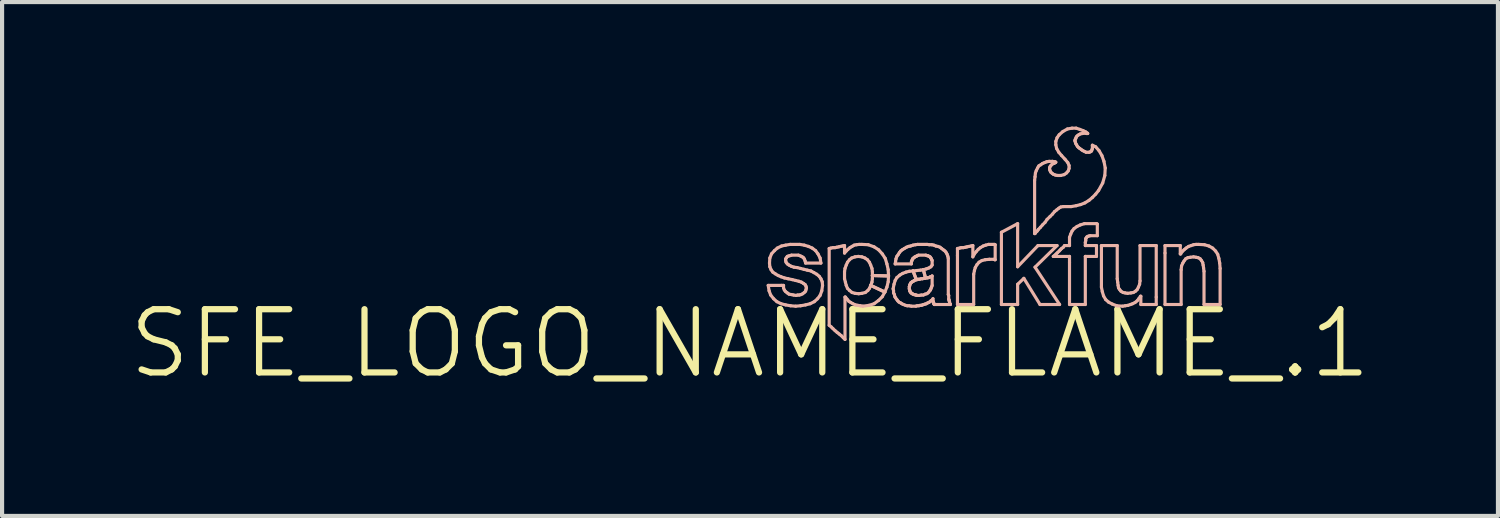
<source format=kicad_pcb>
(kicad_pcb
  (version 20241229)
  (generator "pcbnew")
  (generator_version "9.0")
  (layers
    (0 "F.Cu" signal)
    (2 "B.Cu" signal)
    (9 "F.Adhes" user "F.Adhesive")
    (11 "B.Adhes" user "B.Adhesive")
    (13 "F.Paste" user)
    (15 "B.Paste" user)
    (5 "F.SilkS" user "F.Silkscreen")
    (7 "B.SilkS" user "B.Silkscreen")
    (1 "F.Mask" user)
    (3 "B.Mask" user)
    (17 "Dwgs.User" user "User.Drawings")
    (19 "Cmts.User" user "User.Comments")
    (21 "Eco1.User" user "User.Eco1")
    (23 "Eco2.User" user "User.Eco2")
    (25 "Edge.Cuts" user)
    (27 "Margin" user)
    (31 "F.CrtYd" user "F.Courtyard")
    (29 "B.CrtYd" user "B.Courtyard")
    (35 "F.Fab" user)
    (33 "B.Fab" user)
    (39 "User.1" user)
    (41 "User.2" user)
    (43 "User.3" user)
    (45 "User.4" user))
  (footprint "SFE_LOGO_NAME_FLAME_.1"
    (layer "F.Cu")
    (at 15.022 5.227)
    (property "Reference" "SFE_LOGO_NAME_FLAME_.1" (at 0 0 0) (layer "F.SilkS") (effects (font (size 1.524 1.524) (thickness 0.15))))
    (attr exclude_from_pos_files exclude_from_bom)
    (fp_line (start 0.439 -1.4) (end 0.759 -1.4) (stroke (width 0.076) (type solid)) (layer "B.SilkS"))
    (fp_line (start 0.46 -1.27) (end 0.439 -1.4) (stroke (width 0.076) (type solid)) (layer "B.SilkS"))
    (fp_line (start 0.47 -1.938) (end 0.478 -2.06) (stroke (width 0.076) (type solid)) (layer "B.SilkS"))
    (fp_line (start 0.478 -2.06) (end 0.518 -2.159) (stroke (width 0.076) (type solid)) (layer "B.SilkS"))
    (fp_line (start 0.478 -1.849) (end 0.47 -1.938) (stroke (width 0.076) (type solid)) (layer "B.SilkS"))
    (fp_line (start 0.498 -1.168) (end 0.46 -1.27) (stroke (width 0.076) (type solid)) (layer "B.SilkS"))
    (fp_line (start 0.508 -1.778) (end 0.478 -1.849) (stroke (width 0.076) (type solid)) (layer "B.SilkS"))
    (fp_line (start 0.518 -2.159) (end 0.589 -2.238) (stroke (width 0.076) (type solid)) (layer "B.SilkS"))
    (fp_line (start 0.549 -1.72) (end 0.508 -1.778) (stroke (width 0.076) (type solid)) (layer "B.SilkS"))
    (fp_line (start 0.569 -1.079) (end 0.498 -1.168) (stroke (width 0.076) (type solid)) (layer "B.SilkS"))
    (fp_line (start 0.589 -2.238) (end 0.658 -2.299) (stroke (width 0.076) (type solid)) (layer "B.SilkS"))
    (fp_line (start 0.61 -1.679) (end 0.549 -1.72) (stroke (width 0.076) (type solid)) (layer "B.SilkS"))
    (fp_line (start 0.648 -1.008) (end 0.569 -1.079) (stroke (width 0.076) (type solid)) (layer "B.SilkS"))
    (fp_line (start 0.658 -2.299) (end 0.759 -2.349) (stroke (width 0.076) (type solid)) (layer "B.SilkS"))
    (fp_line (start 0.678 -1.638) (end 0.61 -1.679) (stroke (width 0.076) (type solid)) (layer "B.SilkS"))
    (fp_line (start 0.749 -1.608) (end 0.678 -1.638) (stroke (width 0.076) (type solid)) (layer "B.SilkS"))
    (fp_line (start 0.749 -0.958) (end 0.648 -1.008) (stroke (width 0.076) (type solid)) (layer "B.SilkS"))
    (fp_line (start 0.759 -2.349) (end 0.859 -2.37) (stroke (width 0.076) (type solid)) (layer "B.SilkS"))
    (fp_line (start 0.759 -1.4) (end 0.808 -1.4) (stroke (width 0.076) (type solid)) (layer "B.SilkS"))
    (fp_line (start 0.808 -1.4) (end 0.808 -1.339) (stroke (width 0.076) (type solid)) (layer "B.SilkS"))
    (fp_line (start 0.808 -1.339) (end 0.828 -1.288) (stroke (width 0.076) (type solid)) (layer "B.SilkS"))
    (fp_line (start 0.828 -1.58) (end 0.749 -1.608) (stroke (width 0.076) (type solid)) (layer "B.SilkS"))
    (fp_line (start 0.828 -1.288) (end 0.859 -1.25) (stroke (width 0.076) (type solid)) (layer "B.SilkS"))
    (fp_line (start 0.859 -2.37) (end 0.968 -2.388) (stroke (width 0.076) (type solid)) (layer "B.SilkS"))
    (fp_line (start 0.859 -2.04) (end 0.859 -1.999) (stroke (width 0.076) (type solid)) (layer "B.SilkS"))
    (fp_line (start 0.859 -1.999) (end 0.869 -1.958) (stroke (width 0.076) (type solid)) (layer "B.SilkS"))
    (fp_line (start 0.859 -1.25) (end 0.899 -1.219) (stroke (width 0.076) (type solid)) (layer "B.SilkS"))
    (fp_line (start 0.859 -0.93) (end 0.749 -0.958) (stroke (width 0.076) (type solid)) (layer "B.SilkS"))
    (fp_line (start 0.869 -1.958) (end 0.899 -1.918) (stroke (width 0.076) (type solid)) (layer "B.SilkS"))
    (fp_line (start 0.879 -2.068) (end 0.859 -2.04) (stroke (width 0.076) (type solid)) (layer "B.SilkS"))
    (fp_line (start 0.899 -2.098) (end 0.879 -2.068) (stroke (width 0.076) (type solid)) (layer "B.SilkS"))
    (fp_line (start 0.899 -1.918) (end 0.94 -1.89) (stroke (width 0.076) (type solid)) (layer "B.SilkS"))
    (fp_line (start 0.899 -1.219) (end 0.94 -1.189) (stroke (width 0.076) (type solid)) (layer "B.SilkS"))
    (fp_line (start 0.919 -1.56) (end 0.828 -1.58) (stroke (width 0.076) (type solid)) (layer "B.SilkS"))
    (fp_line (start 0.93 -2.108) (end 0.899 -2.098) (stroke (width 0.076) (type solid)) (layer "B.SilkS"))
    (fp_line (start 0.94 -1.89) (end 0.998 -1.859) (stroke (width 0.076) (type solid)) (layer "B.SilkS"))
    (fp_line (start 0.94 -1.189) (end 0.998 -1.179) (stroke (width 0.076) (type solid)) (layer "B.SilkS"))
    (fp_line (start 0.968 -2.388) (end 1.199 -2.388) (stroke (width 0.076) (type solid)) (layer "B.SilkS"))
    (fp_line (start 0.968 -2.118) (end 0.93 -2.108) (stroke (width 0.076) (type solid)) (layer "B.SilkS"))
    (fp_line (start 0.978 -0.909) (end 0.859 -0.93) (stroke (width 0.076) (type solid)) (layer "B.SilkS"))
    (fp_line (start 0.998 -2.129) (end 0.968 -2.118) (stroke (width 0.076) (type solid)) (layer "B.SilkS"))
    (fp_line (start 0.998 -1.859) (end 1.059 -1.839) (stroke (width 0.076) (type solid)) (layer "B.SilkS"))
    (fp_line (start 0.998 -1.179) (end 1.049 -1.168) (stroke (width 0.076) (type solid)) (layer "B.SilkS"))
    (fp_line (start 1.019 -1.539) (end 0.919 -1.56) (stroke (width 0.076) (type solid)) (layer "B.SilkS"))
    (fp_line (start 1.049 -1.168) (end 1.11 -1.158) (stroke (width 0.076) (type solid)) (layer "B.SilkS"))
    (fp_line (start 1.059 -1.839) (end 1.138 -1.829) (stroke (width 0.076) (type solid)) (layer "B.SilkS"))
    (fp_line (start 1.1 -1.519) (end 1.019 -1.539) (stroke (width 0.076) (type solid)) (layer "B.SilkS"))
    (fp_line (start 1.1 -0.899) (end 0.978 -0.909) (stroke (width 0.076) (type solid)) (layer "B.SilkS"))
    (fp_line (start 1.11 -1.158) (end 1.148 -1.168) (stroke (width 0.076) (type solid)) (layer "B.SilkS"))
    (fp_line (start 1.138 -1.829) (end 1.219 -1.808) (stroke (width 0.076) (type solid)) (layer "B.SilkS"))
    (fp_line (start 1.148 -1.168) (end 1.189 -1.168) (stroke (width 0.076) (type solid)) (layer "B.SilkS"))
    (fp_line (start 1.168 -2.129) (end 0.998 -2.129) (stroke (width 0.076) (type solid)) (layer "B.SilkS"))
    (fp_line (start 1.179 -1.499) (end 1.1 -1.519) (stroke (width 0.076) (type solid)) (layer "B.SilkS"))
    (fp_line (start 1.189 -1.168) (end 1.229 -1.179) (stroke (width 0.076) (type solid)) (layer "B.SilkS"))
    (fp_line (start 1.199 -2.388) (end 1.308 -2.37) (stroke (width 0.076) (type solid)) (layer "B.SilkS"))
    (fp_line (start 1.219 -2.108) (end 1.168 -2.129) (stroke (width 0.076) (type solid)) (layer "B.SilkS"))
    (fp_line (start 1.219 -1.808) (end 1.298 -1.788) (stroke (width 0.076) (type solid)) (layer "B.SilkS"))
    (fp_line (start 1.219 -0.909) (end 1.1 -0.899) (stroke (width 0.076) (type solid)) (layer "B.SilkS"))
    (fp_line (start 1.229 -1.179) (end 1.27 -1.199) (stroke (width 0.076) (type solid)) (layer "B.SilkS"))
    (fp_line (start 1.24 -1.478) (end 1.179 -1.499) (stroke (width 0.076) (type solid)) (layer "B.SilkS"))
    (fp_line (start 1.26 -2.088) (end 1.219 -2.108) (stroke (width 0.076) (type solid)) (layer "B.SilkS"))
    (fp_line (start 1.27 -1.199) (end 1.308 -1.229) (stroke (width 0.076) (type solid)) (layer "B.SilkS"))
    (fp_line (start 1.288 -2.068) (end 1.26 -2.088) (stroke (width 0.076) (type solid)) (layer "B.SilkS"))
    (fp_line (start 1.288 -1.448) (end 1.24 -1.478) (stroke (width 0.076) (type solid)) (layer "B.SilkS"))
    (fp_line (start 1.298 -1.788) (end 1.379 -1.768) (stroke (width 0.076) (type solid)) (layer "B.SilkS"))
    (fp_line (start 1.308 -2.37) (end 1.41 -2.339) (stroke (width 0.076) (type solid)) (layer "B.SilkS"))
    (fp_line (start 1.308 -2.04) (end 1.288 -2.068) (stroke (width 0.076) (type solid)) (layer "B.SilkS"))
    (fp_line (start 1.308 -1.229) (end 1.339 -1.26) (stroke (width 0.076) (type solid)) (layer "B.SilkS"))
    (fp_line (start 1.328 -1.989) (end 1.308 -2.04) (stroke (width 0.076) (type solid)) (layer "B.SilkS"))
    (fp_line (start 1.328 -1.42) (end 1.288 -1.448) (stroke (width 0.076) (type solid)) (layer "B.SilkS"))
    (fp_line (start 1.339 -1.938) (end 1.328 -1.989) (stroke (width 0.076) (type solid)) (layer "B.SilkS"))
    (fp_line (start 1.339 -1.26) (end 1.349 -1.298) (stroke (width 0.076) (type solid)) (layer "B.SilkS"))
    (fp_line (start 1.339 -0.93) (end 1.219 -0.909) (stroke (width 0.076) (type solid)) (layer "B.SilkS"))
    (fp_line (start 1.349 -1.379) (end 1.328 -1.42) (stroke (width 0.076) (type solid)) (layer "B.SilkS"))
    (fp_line (start 1.349 -1.298) (end 1.359 -1.339) (stroke (width 0.076) (type solid)) (layer "B.SilkS"))
    (fp_line (start 1.359 -1.339) (end 1.349 -1.379) (stroke (width 0.076) (type solid)) (layer "B.SilkS"))
    (fp_line (start 1.379 -1.768) (end 1.468 -1.748) (stroke (width 0.076) (type solid)) (layer "B.SilkS"))
    (fp_line (start 1.41 -2.339) (end 1.499 -2.299) (stroke (width 0.076) (type solid)) (layer "B.SilkS"))
    (fp_line (start 1.448 -0.958) (end 1.339 -0.93) (stroke (width 0.076) (type solid)) (layer "B.SilkS"))
    (fp_line (start 1.468 -1.748) (end 1.539 -1.709) (stroke (width 0.076) (type solid)) (layer "B.SilkS"))
    (fp_line (start 1.499 -2.299) (end 1.58 -2.238) (stroke (width 0.076) (type solid)) (layer "B.SilkS"))
    (fp_line (start 1.539 -1.709) (end 1.608 -1.669) (stroke (width 0.076) (type solid)) (layer "B.SilkS"))
    (fp_line (start 1.549 -1.008) (end 1.448 -0.958) (stroke (width 0.076) (type solid)) (layer "B.SilkS"))
    (fp_line (start 1.58 -2.238) (end 1.638 -2.159) (stroke (width 0.076) (type solid)) (layer "B.SilkS"))
    (fp_line (start 1.608 -1.669) (end 1.669 -1.618) (stroke (width 0.076) (type solid)) (layer "B.SilkS"))
    (fp_line (start 1.628 -1.079) (end 1.549 -1.008) (stroke (width 0.076) (type solid)) (layer "B.SilkS"))
    (fp_line (start 1.638 -2.159) (end 1.689 -2.06) (stroke (width 0.076) (type solid)) (layer "B.SilkS"))
    (fp_line (start 1.669 -1.618) (end 1.709 -1.56) (stroke (width 0.076) (type solid)) (layer "B.SilkS"))
    (fp_line (start 1.689 -2.06) (end 1.709 -1.938) (stroke (width 0.076) (type solid)) (layer "B.SilkS"))
    (fp_line (start 1.689 -1.158) (end 1.628 -1.079) (stroke (width 0.076) (type solid)) (layer "B.SilkS"))
    (fp_line (start 1.709 -1.938) (end 1.339 -1.938) (stroke (width 0.076) (type solid)) (layer "B.SilkS"))
    (fp_line (start 1.709 -1.56) (end 1.74 -1.488) (stroke (width 0.076) (type solid)) (layer "B.SilkS"))
    (fp_line (start 1.73 -1.27) (end 1.689 -1.158) (stroke (width 0.076) (type solid)) (layer "B.SilkS"))
    (fp_line (start 1.74 -1.488) (end 1.748 -1.4) (stroke (width 0.076) (type solid)) (layer "B.SilkS"))
    (fp_line (start 1.748 -1.4) (end 1.73 -1.27) (stroke (width 0.076) (type solid)) (layer "B.SilkS"))
    (fp_line (start 1.908 -2.289) (end 1.948 -2.299) (stroke (width 0.076) (type solid)) (layer "B.SilkS"))
    (fp_line (start 1.908 -0.439) (end 1.908 -2.289) (stroke (width 0.076) (type solid)) (layer "B.SilkS"))
    (fp_line (start 1.948 -2.299) (end 1.999 -2.309) (stroke (width 0.076) (type solid)) (layer "B.SilkS"))
    (fp_line (start 1.958 -0.399) (end 1.908 -0.439) (stroke (width 0.076) (type solid)) (layer "B.SilkS"))
    (fp_line (start 1.999 -2.309) (end 2.05 -2.309) (stroke (width 0.076) (type solid)) (layer "B.SilkS"))
    (fp_line (start 1.999 -0.358) (end 1.958 -0.399) (stroke (width 0.076) (type solid)) (layer "B.SilkS"))
    (fp_line (start 2.05 -2.309) (end 2.088 -2.319) (stroke (width 0.076) (type solid)) (layer "B.SilkS"))
    (fp_line (start 2.05 -0.31) (end 1.999 -0.358) (stroke (width 0.076) (type solid)) (layer "B.SilkS"))
    (fp_line (start 2.088 -2.319) (end 2.139 -2.329) (stroke (width 0.076) (type solid)) (layer "B.SilkS"))
    (fp_line (start 2.098 -0.269) (end 2.05 -0.31) (stroke (width 0.076) (type solid)) (layer "B.SilkS"))
    (fp_line (start 2.139 -2.329) (end 2.179 -2.339) (stroke (width 0.076) (type solid)) (layer "B.SilkS"))
    (fp_line (start 2.149 -0.229) (end 2.098 -0.269) (stroke (width 0.076) (type solid)) (layer "B.SilkS"))
    (fp_line (start 2.179 -2.339) (end 2.228 -2.349) (stroke (width 0.076) (type solid)) (layer "B.SilkS"))
    (fp_line (start 2.2 -0.188) (end 2.149 -0.229) (stroke (width 0.076) (type solid)) (layer "B.SilkS"))
    (fp_line (start 2.228 -2.349) (end 2.278 -2.36) (stroke (width 0.076) (type solid)) (layer "B.SilkS"))
    (fp_line (start 2.248 -0.14) (end 2.2 -0.188) (stroke (width 0.076) (type solid)) (layer "B.SilkS"))
    (fp_line (start 2.278 -2.36) (end 2.278 -2.179) (stroke (width 0.076) (type solid)) (layer "B.SilkS"))
    (fp_line (start 2.278 -2.179) (end 2.319 -2.228) (stroke (width 0.076) (type solid)) (layer "B.SilkS"))
    (fp_line (start 2.278 -1.73) (end 2.278 -1.56) (stroke (width 0.076) (type solid)) (layer "B.SilkS"))
    (fp_line (start 2.278 -1.56) (end 2.299 -1.478) (stroke (width 0.076) (type solid)) (layer "B.SilkS"))
    (fp_line (start 2.289 -1.808) (end 2.278 -1.73) (stroke (width 0.076) (type solid)) (layer "B.SilkS"))
    (fp_line (start 2.289 -1.118) (end 2.289 -0.099) (stroke (width 0.076) (type solid)) (layer "B.SilkS"))
    (fp_line (start 2.289 -0.099) (end 2.248 -0.14) (stroke (width 0.076) (type solid)) (layer "B.SilkS"))
    (fp_line (start 2.299 -1.478) (end 2.319 -1.4) (stroke (width 0.076) (type solid)) (layer "B.SilkS"))
    (fp_line (start 2.299 -1.118) (end 2.289 -1.118) (stroke (width 0.076) (type solid)) (layer "B.SilkS"))
    (fp_line (start 2.319 -2.228) (end 2.36 -2.268) (stroke (width 0.076) (type solid)) (layer "B.SilkS"))
    (fp_line (start 2.319 -1.89) (end 2.289 -1.808) (stroke (width 0.076) (type solid)) (layer "B.SilkS"))
    (fp_line (start 2.319 -1.4) (end 2.349 -1.328) (stroke (width 0.076) (type solid)) (layer "B.SilkS"))
    (fp_line (start 2.339 -1.069) (end 2.299 -1.118) (stroke (width 0.076) (type solid)) (layer "B.SilkS"))
    (fp_line (start 2.349 -1.958) (end 2.319 -1.89) (stroke (width 0.076) (type solid)) (layer "B.SilkS"))
    (fp_line (start 2.349 -1.328) (end 2.398 -1.278) (stroke (width 0.076) (type solid)) (layer "B.SilkS"))
    (fp_line (start 2.36 -2.268) (end 2.408 -2.309) (stroke (width 0.076) (type solid)) (layer "B.SilkS"))
    (fp_line (start 2.38 -1.019) (end 2.339 -1.069) (stroke (width 0.076) (type solid)) (layer "B.SilkS"))
    (fp_line (start 2.398 -2.019) (end 2.349 -1.958) (stroke (width 0.076) (type solid)) (layer "B.SilkS"))
    (fp_line (start 2.398 -1.278) (end 2.459 -1.229) (stroke (width 0.076) (type solid)) (layer "B.SilkS"))
    (fp_line (start 2.408 -2.309) (end 2.459 -2.339) (stroke (width 0.076) (type solid)) (layer "B.SilkS"))
    (fp_line (start 2.428 -0.988) (end 2.38 -1.019) (stroke (width 0.076) (type solid)) (layer "B.SilkS"))
    (fp_line (start 2.449 -2.06) (end 2.398 -2.019) (stroke (width 0.076) (type solid)) (layer "B.SilkS"))
    (fp_line (start 2.459 -2.339) (end 2.51 -2.37) (stroke (width 0.076) (type solid)) (layer "B.SilkS"))
    (fp_line (start 2.459 -1.229) (end 2.53 -1.209) (stroke (width 0.076) (type solid)) (layer "B.SilkS"))
    (fp_line (start 2.479 -0.958) (end 2.428 -0.988) (stroke (width 0.076) (type solid)) (layer "B.SilkS"))
    (fp_line (start 2.51 -2.37) (end 2.568 -2.38) (stroke (width 0.076) (type solid)) (layer "B.SilkS"))
    (fp_line (start 2.53 -2.088) (end 2.449 -2.06) (stroke (width 0.076) (type solid)) (layer "B.SilkS"))
    (fp_line (start 2.53 -1.209) (end 2.619 -1.199) (stroke (width 0.076) (type solid)) (layer "B.SilkS"))
    (fp_line (start 2.54 -0.93) (end 2.479 -0.958) (stroke (width 0.076) (type solid)) (layer "B.SilkS"))
    (fp_line (start 2.568 -2.38) (end 2.629 -2.388) (stroke (width 0.076) (type solid)) (layer "B.SilkS"))
    (fp_line (start 2.598 -0.919) (end 2.54 -0.93) (stroke (width 0.076) (type solid)) (layer "B.SilkS"))
    (fp_line (start 2.609 -2.098) (end 2.53 -2.088) (stroke (width 0.076) (type solid)) (layer "B.SilkS"))
    (fp_line (start 2.619 -1.199) (end 2.697 -1.209) (stroke (width 0.076) (type solid)) (layer "B.SilkS"))
    (fp_line (start 2.629 -2.388) (end 2.697 -2.388) (stroke (width 0.076) (type solid)) (layer "B.SilkS"))
    (fp_line (start 2.659 -0.909) (end 2.598 -0.919) (stroke (width 0.076) (type solid)) (layer "B.SilkS"))
    (fp_line (start 2.697 -2.388) (end 2.85 -2.38) (stroke (width 0.076) (type solid)) (layer "B.SilkS"))
    (fp_line (start 2.697 -2.088) (end 2.609 -2.098) (stroke (width 0.076) (type solid)) (layer "B.SilkS"))
    (fp_line (start 2.697 -1.209) (end 2.779 -1.229) (stroke (width 0.076) (type solid)) (layer "B.SilkS"))
    (fp_line (start 2.718 -0.899) (end 2.659 -0.909) (stroke (width 0.076) (type solid)) (layer "B.SilkS"))
    (fp_line (start 2.769 -2.06) (end 2.697 -2.088) (stroke (width 0.076) (type solid)) (layer "B.SilkS"))
    (fp_line (start 2.779 -1.229) (end 2.84 -1.278) (stroke (width 0.076) (type solid)) (layer "B.SilkS"))
    (fp_line (start 2.83 -2.019) (end 2.769 -2.06) (stroke (width 0.076) (type solid)) (layer "B.SilkS"))
    (fp_line (start 2.84 -1.278) (end 2.878 -1.328) (stroke (width 0.076) (type solid)) (layer "B.SilkS"))
    (fp_line (start 2.85 -2.38) (end 2.99 -2.329) (stroke (width 0.076) (type solid)) (layer "B.SilkS"))
    (fp_line (start 2.868 -0.919) (end 2.718 -0.899) (stroke (width 0.076) (type solid)) (layer "B.SilkS"))
    (fp_line (start 2.878 -1.958) (end 2.83 -2.019) (stroke (width 0.076) (type solid)) (layer "B.SilkS"))
    (fp_line (start 2.878 -1.328) (end 2.908 -1.4) (stroke (width 0.076) (type solid)) (layer "B.SilkS"))
    (fp_line (start 2.908 -1.89) (end 2.878 -1.958) (stroke (width 0.076) (type solid)) (layer "B.SilkS"))
    (fp_line (start 2.908 -1.4) (end 2.939 -1.478) (stroke (width 0.076) (type solid)) (layer "B.SilkS"))
    (fp_line (start 2.908 -1.4) (end 3.249 -1.24) (stroke (width 0.076) (type solid)) (layer "B.SilkS"))
    (fp_line (start 2.939 -1.808) (end 2.908 -1.89) (stroke (width 0.076) (type solid)) (layer "B.SilkS"))
    (fp_line (start 2.939 -1.478) (end 2.949 -1.56) (stroke (width 0.076) (type solid)) (layer "B.SilkS"))
    (fp_line (start 2.949 -1.73) (end 2.939 -1.808) (stroke (width 0.076) (type solid)) (layer "B.SilkS"))
    (fp_line (start 2.949 -1.638) (end 2.949 -1.73) (stroke (width 0.076) (type solid)) (layer "B.SilkS"))
    (fp_line (start 2.949 -1.638) (end 3.338 -1.628) (stroke (width 0.076) (type solid)) (layer "B.SilkS"))
    (fp_line (start 2.949 -1.56) (end 2.949 -1.638) (stroke (width 0.076) (type solid)) (layer "B.SilkS"))
    (fp_line (start 2.99 -2.329) (end 3.099 -2.258) (stroke (width 0.076) (type solid)) (layer "B.SilkS"))
    (fp_line (start 2.99 -0.958) (end 2.868 -0.919) (stroke (width 0.076) (type solid)) (layer "B.SilkS"))
    (fp_line (start 3.099 -2.258) (end 3.188 -2.159) (stroke (width 0.076) (type solid)) (layer "B.SilkS"))
    (fp_line (start 3.099 -1.039) (end 2.99 -0.958) (stroke (width 0.076) (type solid)) (layer "B.SilkS"))
    (fp_line (start 3.188 -2.159) (end 3.259 -2.05) (stroke (width 0.076) (type solid)) (layer "B.SilkS"))
    (fp_line (start 3.188 -1.128) (end 3.099 -1.039) (stroke (width 0.076) (type solid)) (layer "B.SilkS"))
    (fp_line (start 3.249 -1.24) (end 2.908 -1.4) (stroke (width 0.076) (type solid)) (layer "B.SilkS"))
    (fp_line (start 3.249 -1.24) (end 3.188 -1.128) (stroke (width 0.076) (type solid)) (layer "B.SilkS"))
    (fp_line (start 3.259 -2.05) (end 3.299 -1.918) (stroke (width 0.076) (type solid)) (layer "B.SilkS"))
    (fp_line (start 3.299 -1.918) (end 3.33 -1.778) (stroke (width 0.076) (type solid)) (layer "B.SilkS"))
    (fp_line (start 3.299 -1.359) (end 3.249 -1.24) (stroke (width 0.076) (type solid)) (layer "B.SilkS"))
    (fp_line (start 3.33 -1.778) (end 3.338 -1.628) (stroke (width 0.076) (type solid)) (layer "B.SilkS"))
    (fp_line (start 3.33 -1.488) (end 3.299 -1.359) (stroke (width 0.076) (type solid)) (layer "B.SilkS"))
    (fp_line (start 3.338 -1.628) (end 2.949 -1.638) (stroke (width 0.076) (type solid)) (layer "B.SilkS"))
    (fp_line (start 3.338 -1.628) (end 3.33 -1.488) (stroke (width 0.076) (type solid)) (layer "B.SilkS"))
    (fp_line (start 3.449 -1.318) (end 3.47 -1.427) (stroke (width 0.076) (type solid)) (layer "B.SilkS"))
    (fp_line (start 3.459 -1.27) (end 3.449 -1.318) (stroke (width 0.076) (type solid)) (layer "B.SilkS"))
    (fp_line (start 3.459 -1.219) (end 3.459 -1.27) (stroke (width 0.076) (type solid)) (layer "B.SilkS"))
    (fp_line (start 3.47 -1.427) (end 3.498 -1.519) (stroke (width 0.076) (type solid)) (layer "B.SilkS"))
    (fp_line (start 3.48 -1.179) (end 3.459 -1.219) (stroke (width 0.076) (type solid)) (layer "B.SilkS"))
    (fp_line (start 3.49 -1.128) (end 3.48 -1.179) (stroke (width 0.076) (type solid)) (layer "B.SilkS"))
    (fp_line (start 3.498 -1.918) (end 3.508 -1.979) (stroke (width 0.076) (type solid)) (layer "B.SilkS"))
    (fp_line (start 3.498 -1.519) (end 3.538 -1.587) (stroke (width 0.076) (type solid)) (layer "B.SilkS"))
    (fp_line (start 3.508 -1.979) (end 3.518 -2.04) (stroke (width 0.076) (type solid)) (layer "B.SilkS"))
    (fp_line (start 3.508 -1.1) (end 3.49 -1.128) (stroke (width 0.076) (type solid)) (layer "B.SilkS"))
    (fp_line (start 3.518 -2.04) (end 3.538 -2.098) (stroke (width 0.076) (type solid)) (layer "B.SilkS"))
    (fp_line (start 3.538 -2.098) (end 3.569 -2.139) (stroke (width 0.076) (type solid)) (layer "B.SilkS"))
    (fp_line (start 3.538 -1.587) (end 3.609 -1.648) (stroke (width 0.076) (type solid)) (layer "B.SilkS"))
    (fp_line (start 3.538 -1.059) (end 3.508 -1.1) (stroke (width 0.076) (type solid)) (layer "B.SilkS"))
    (fp_line (start 3.559 -1.029) (end 3.538 -1.059) (stroke (width 0.076) (type solid)) (layer "B.SilkS"))
    (fp_line (start 3.569 -2.139) (end 3.599 -2.189) (stroke (width 0.076) (type solid)) (layer "B.SilkS"))
    (fp_line (start 3.589 -0.998) (end 3.559 -1.029) (stroke (width 0.076) (type solid)) (layer "B.SilkS"))
    (fp_line (start 3.599 -2.189) (end 3.63 -2.228) (stroke (width 0.076) (type solid)) (layer "B.SilkS"))
    (fp_line (start 3.609 -1.648) (end 3.678 -1.689) (stroke (width 0.076) (type solid)) (layer "B.SilkS"))
    (fp_line (start 3.63 -2.228) (end 3.668 -2.258) (stroke (width 0.076) (type solid)) (layer "B.SilkS"))
    (fp_line (start 3.63 -0.978) (end 3.589 -0.998) (stroke (width 0.076) (type solid)) (layer "B.SilkS"))
    (fp_line (start 3.658 -0.958) (end 3.63 -0.978) (stroke (width 0.076) (type solid)) (layer "B.SilkS"))
    (fp_line (start 3.668 -2.258) (end 3.719 -2.289) (stroke (width 0.076) (type solid)) (layer "B.SilkS"))
    (fp_line (start 3.678 -1.689) (end 3.759 -1.72) (stroke (width 0.076) (type solid)) (layer "B.SilkS"))
    (fp_line (start 3.698 -0.94) (end 3.658 -0.958) (stroke (width 0.076) (type solid)) (layer "B.SilkS"))
    (fp_line (start 3.719 -2.289) (end 3.769 -2.319) (stroke (width 0.076) (type solid)) (layer "B.SilkS"))
    (fp_line (start 3.749 -0.919) (end 3.698 -0.94) (stroke (width 0.076) (type solid)) (layer "B.SilkS"))
    (fp_line (start 3.759 -1.72) (end 3.838 -1.74) (stroke (width 0.076) (type solid)) (layer "B.SilkS"))
    (fp_line (start 3.769 -2.319) (end 3.818 -2.339) (stroke (width 0.076) (type solid)) (layer "B.SilkS"))
    (fp_line (start 3.79 -0.909) (end 3.749 -0.919) (stroke (width 0.076) (type solid)) (layer "B.SilkS"))
    (fp_line (start 3.818 -2.339) (end 3.868 -2.349) (stroke (width 0.076) (type solid)) (layer "B.SilkS"))
    (fp_line (start 3.838 -1.74) (end 3.929 -1.748) (stroke (width 0.076) (type solid)) (layer "B.SilkS"))
    (fp_line (start 3.838 -1.369) (end 3.838 -1.318) (stroke (width 0.076) (type solid)) (layer "B.SilkS"))
    (fp_line (start 3.838 -1.318) (end 3.848 -1.288) (stroke (width 0.076) (type solid)) (layer "B.SilkS"))
    (fp_line (start 3.838 -0.909) (end 3.79 -0.909) (stroke (width 0.076) (type solid)) (layer "B.SilkS"))
    (fp_line (start 3.848 -1.41) (end 3.848 -1.389) (stroke (width 0.076) (type solid)) (layer "B.SilkS"))
    (fp_line (start 3.848 -1.389) (end 3.838 -1.369) (stroke (width 0.076) (type solid)) (layer "B.SilkS"))
    (fp_line (start 3.848 -1.288) (end 3.848 -1.27) (stroke (width 0.076) (type solid)) (layer "B.SilkS"))
    (fp_line (start 3.848 -1.27) (end 3.858 -1.25) (stroke (width 0.076) (type solid)) (layer "B.SilkS"))
    (fp_line (start 3.858 -1.427) (end 3.848 -1.41) (stroke (width 0.076) (type solid)) (layer "B.SilkS"))
    (fp_line (start 3.858 -1.25) (end 3.868 -1.24) (stroke (width 0.076) (type solid)) (layer "B.SilkS"))
    (fp_line (start 3.868 -2.349) (end 3.929 -2.37) (stroke (width 0.076) (type solid)) (layer "B.SilkS"))
    (fp_line (start 3.868 -1.448) (end 3.858 -1.427) (stroke (width 0.076) (type solid)) (layer "B.SilkS"))
    (fp_line (start 3.868 -1.24) (end 3.879 -1.219) (stroke (width 0.076) (type solid)) (layer "B.SilkS"))
    (fp_line (start 3.879 -1.468) (end 3.868 -1.448) (stroke (width 0.076) (type solid)) (layer "B.SilkS"))
    (fp_line (start 3.879 -1.219) (end 3.899 -1.209) (stroke (width 0.076) (type solid)) (layer "B.SilkS"))
    (fp_line (start 3.889 -1.968) (end 3.889 -1.918) (stroke (width 0.076) (type solid)) (layer "B.SilkS"))
    (fp_line (start 3.889 -1.918) (end 3.498 -1.918) (stroke (width 0.076) (type solid)) (layer "B.SilkS"))
    (fp_line (start 3.889 -0.899) (end 3.838 -0.909) (stroke (width 0.076) (type solid)) (layer "B.SilkS"))
    (fp_line (start 3.899 -1.989) (end 3.889 -1.968) (stroke (width 0.076) (type solid)) (layer "B.SilkS"))
    (fp_line (start 3.899 -1.478) (end 3.879 -1.468) (stroke (width 0.076) (type solid)) (layer "B.SilkS"))
    (fp_line (start 3.899 -1.209) (end 3.909 -1.199) (stroke (width 0.076) (type solid)) (layer "B.SilkS"))
    (fp_line (start 3.909 -2.019) (end 3.899 -1.989) (stroke (width 0.076) (type solid)) (layer "B.SilkS"))
    (fp_line (start 3.909 -1.488) (end 3.899 -1.478) (stroke (width 0.076) (type solid)) (layer "B.SilkS"))
    (fp_line (start 3.909 -1.199) (end 3.929 -1.189) (stroke (width 0.076) (type solid)) (layer "B.SilkS"))
    (fp_line (start 3.919 -2.04) (end 3.909 -2.019) (stroke (width 0.076) (type solid)) (layer "B.SilkS"))
    (fp_line (start 3.929 -2.37) (end 3.988 -2.38) (stroke (width 0.076) (type solid)) (layer "B.SilkS"))
    (fp_line (start 3.929 -2.05) (end 3.919 -2.04) (stroke (width 0.076) (type solid)) (layer "B.SilkS"))
    (fp_line (start 3.929 -1.748) (end 4.008 -1.539) (stroke (width 0.076) (type solid)) (layer "B.SilkS"))
    (fp_line (start 3.929 -1.748) (end 4.018 -1.758) (stroke (width 0.076) (type solid)) (layer "B.SilkS"))
    (fp_line (start 3.929 -1.499) (end 3.909 -1.488) (stroke (width 0.076) (type solid)) (layer "B.SilkS"))
    (fp_line (start 3.929 -1.189) (end 3.95 -1.179) (stroke (width 0.076) (type solid)) (layer "B.SilkS"))
    (fp_line (start 3.95 -2.068) (end 3.929 -2.05) (stroke (width 0.076) (type solid)) (layer "B.SilkS"))
    (fp_line (start 3.95 -1.509) (end 3.929 -1.499) (stroke (width 0.076) (type solid)) (layer "B.SilkS"))
    (fp_line (start 3.95 -1.179) (end 3.967 -1.179) (stroke (width 0.076) (type solid)) (layer "B.SilkS"))
    (fp_line (start 3.96 -2.078) (end 3.95 -2.068) (stroke (width 0.076) (type solid)) (layer "B.SilkS"))
    (fp_line (start 3.96 -1.519) (end 3.95 -1.509) (stroke (width 0.076) (type solid)) (layer "B.SilkS"))
    (fp_line (start 3.967 -1.179) (end 3.988 -1.168) (stroke (width 0.076) (type solid)) (layer "B.SilkS"))
    (fp_line (start 3.978 -2.088) (end 3.96 -2.078) (stroke (width 0.076) (type solid)) (layer "B.SilkS"))
    (fp_line (start 3.978 -1.529) (end 3.96 -1.519) (stroke (width 0.076) (type solid)) (layer "B.SilkS"))
    (fp_line (start 3.988 -2.38) (end 4.039 -2.388) (stroke (width 0.076) (type solid)) (layer "B.SilkS"))
    (fp_line (start 3.988 -1.168) (end 4.008 -1.168) (stroke (width 0.076) (type solid)) (layer "B.SilkS"))
    (fp_line (start 3.998 -2.098) (end 3.978 -2.088) (stroke (width 0.076) (type solid)) (layer "B.SilkS"))
    (fp_line (start 3.998 -0.899) (end 3.889 -0.899) (stroke (width 0.076) (type solid)) (layer "B.SilkS"))
    (fp_line (start 4.008 -1.539) (end 3.929 -1.748) (stroke (width 0.076) (type solid)) (layer "B.SilkS"))
    (fp_line (start 4.008 -1.539) (end 3.978 -1.529) (stroke (width 0.076) (type solid)) (layer "B.SilkS"))
    (fp_line (start 4.008 -1.168) (end 4.028 -1.158) (stroke (width 0.076) (type solid)) (layer "B.SilkS"))
    (fp_line (start 4.018 -2.108) (end 3.998 -2.098) (stroke (width 0.076) (type solid)) (layer "B.SilkS"))
    (fp_line (start 4.018 -1.758) (end 4.11 -1.768) (stroke (width 0.076) (type solid)) (layer "B.SilkS"))
    (fp_line (start 4.028 -1.539) (end 4.008 -1.539) (stroke (width 0.076) (type solid)) (layer "B.SilkS"))
    (fp_line (start 4.028 -1.158) (end 4.079 -1.158) (stroke (width 0.076) (type solid)) (layer "B.SilkS"))
    (fp_line (start 4.028 -0.909) (end 3.998 -0.899) (stroke (width 0.076) (type solid)) (layer "B.SilkS"))
    (fp_line (start 4.039 -2.388) (end 4.27 -2.388) (stroke (width 0.076) (type solid)) (layer "B.SilkS"))
    (fp_line (start 4.039 -2.118) (end 4.018 -2.108) (stroke (width 0.076) (type solid)) (layer "B.SilkS"))
    (fp_line (start 4.049 -1.549) (end 4.028 -1.539) (stroke (width 0.076) (type solid)) (layer "B.SilkS"))
    (fp_line (start 4.059 -2.129) (end 4.039 -2.118) (stroke (width 0.076) (type solid)) (layer "B.SilkS"))
    (fp_line (start 4.069 -0.909) (end 4.028 -0.909) (stroke (width 0.076) (type solid)) (layer "B.SilkS"))
    (fp_line (start 4.079 -1.158) (end 4.128 -1.168) (stroke (width 0.076) (type solid)) (layer "B.SilkS"))
    (fp_line (start 4.089 -1.549) (end 4.049 -1.549) (stroke (width 0.076) (type solid)) (layer "B.SilkS"))
    (fp_line (start 4.1 -0.919) (end 4.069 -0.909) (stroke (width 0.076) (type solid)) (layer "B.SilkS"))
    (fp_line (start 4.11 -1.768) (end 4.178 -1.778) (stroke (width 0.076) (type solid)) (layer "B.SilkS"))
    (fp_line (start 4.12 -1.56) (end 4.089 -1.549) (stroke (width 0.076) (type solid)) (layer "B.SilkS"))
    (fp_line (start 4.128 -1.168) (end 4.178 -1.168) (stroke (width 0.076) (type solid)) (layer "B.SilkS"))
    (fp_line (start 4.128 -0.919) (end 4.1 -0.919) (stroke (width 0.076) (type solid)) (layer "B.SilkS"))
    (fp_line (start 4.158 -1.56) (end 4.12 -1.56) (stroke (width 0.076) (type solid)) (layer "B.SilkS"))
    (fp_line (start 4.158 -0.93) (end 4.128 -0.919) (stroke (width 0.076) (type solid)) (layer "B.SilkS"))
    (fp_line (start 4.178 -1.778) (end 4.229 -1.58) (stroke (width 0.076) (type solid)) (layer "B.SilkS"))
    (fp_line (start 4.178 -1.778) (end 4.249 -1.798) (stroke (width 0.076) (type solid)) (layer "B.SilkS"))
    (fp_line (start 4.178 -1.168) (end 4.219 -1.189) (stroke (width 0.076) (type solid)) (layer "B.SilkS"))
    (fp_line (start 4.188 -1.57) (end 4.158 -1.56) (stroke (width 0.076) (type solid)) (layer "B.SilkS"))
    (fp_line (start 4.188 -0.94) (end 4.158 -0.93) (stroke (width 0.076) (type solid)) (layer "B.SilkS"))
    (fp_line (start 4.209 -1.57) (end 4.188 -1.57) (stroke (width 0.076) (type solid)) (layer "B.SilkS"))
    (fp_line (start 4.219 -1.189) (end 4.26 -1.199) (stroke (width 0.076) (type solid)) (layer "B.SilkS"))
    (fp_line (start 4.219 -0.95) (end 4.188 -0.94) (stroke (width 0.076) (type solid)) (layer "B.SilkS"))
    (fp_line (start 4.229 -1.58) (end 4.178 -1.778) (stroke (width 0.076) (type solid)) (layer "B.SilkS"))
    (fp_line (start 4.229 -1.58) (end 4.209 -1.57) (stroke (width 0.076) (type solid)) (layer "B.SilkS"))
    (fp_line (start 4.239 -2.129) (end 4.059 -2.129) (stroke (width 0.076) (type solid)) (layer "B.SilkS"))
    (fp_line (start 4.249 -1.798) (end 4.308 -1.819) (stroke (width 0.076) (type solid)) (layer "B.SilkS"))
    (fp_line (start 4.249 -0.958) (end 4.219 -0.95) (stroke (width 0.076) (type solid)) (layer "B.SilkS"))
    (fp_line (start 4.26 -2.118) (end 4.239 -2.129) (stroke (width 0.076) (type solid)) (layer "B.SilkS"))
    (fp_line (start 4.26 -1.199) (end 4.288 -1.219) (stroke (width 0.076) (type solid)) (layer "B.SilkS"))
    (fp_line (start 4.27 -2.388) (end 4.318 -2.38) (stroke (width 0.076) (type solid)) (layer "B.SilkS"))
    (fp_line (start 4.27 -1.58) (end 4.229 -1.58) (stroke (width 0.076) (type solid)) (layer "B.SilkS"))
    (fp_line (start 4.28 -2.118) (end 4.26 -2.118) (stroke (width 0.076) (type solid)) (layer "B.SilkS"))
    (fp_line (start 4.28 -0.978) (end 4.249 -0.958) (stroke (width 0.076) (type solid)) (layer "B.SilkS"))
    (fp_line (start 4.288 -1.587) (end 4.27 -1.58) (stroke (width 0.076) (type solid)) (layer "B.SilkS"))
    (fp_line (start 4.288 -1.219) (end 4.308 -1.24) (stroke (width 0.076) (type solid)) (layer "B.SilkS"))
    (fp_line (start 4.298 -2.108) (end 4.28 -2.118) (stroke (width 0.076) (type solid)) (layer "B.SilkS"))
    (fp_line (start 4.308 -1.819) (end 4.359 -1.849) (stroke (width 0.076) (type solid)) (layer "B.SilkS"))
    (fp_line (start 4.308 -1.587) (end 4.288 -1.587) (stroke (width 0.076) (type solid)) (layer "B.SilkS"))
    (fp_line (start 4.308 -1.24) (end 4.328 -1.27) (stroke (width 0.076) (type solid)) (layer "B.SilkS"))
    (fp_line (start 4.308 -0.988) (end 4.28 -0.978) (stroke (width 0.076) (type solid)) (layer "B.SilkS"))
    (fp_line (start 4.318 -2.38) (end 4.379 -2.38) (stroke (width 0.076) (type solid)) (layer "B.SilkS"))
    (fp_line (start 4.318 -2.098) (end 4.298 -2.108) (stroke (width 0.076) (type solid)) (layer "B.SilkS"))
    (fp_line (start 4.328 -1.598) (end 4.308 -1.587) (stroke (width 0.076) (type solid)) (layer "B.SilkS"))
    (fp_line (start 4.328 -1.27) (end 4.348 -1.288) (stroke (width 0.076) (type solid)) (layer "B.SilkS"))
    (fp_line (start 4.338 -2.088) (end 4.318 -2.098) (stroke (width 0.076) (type solid)) (layer "B.SilkS"))
    (fp_line (start 4.338 -1.008) (end 4.308 -0.988) (stroke (width 0.076) (type solid)) (layer "B.SilkS"))
    (fp_line (start 4.348 -2.068) (end 4.338 -2.088) (stroke (width 0.076) (type solid)) (layer "B.SilkS"))
    (fp_line (start 4.348 -1.608) (end 4.328 -1.598) (stroke (width 0.076) (type solid)) (layer "B.SilkS"))
    (fp_line (start 4.348 -1.288) (end 4.359 -1.318) (stroke (width 0.076) (type solid)) (layer "B.SilkS"))
    (fp_line (start 4.359 -2.06) (end 4.348 -2.068) (stroke (width 0.076) (type solid)) (layer "B.SilkS"))
    (fp_line (start 4.359 -1.849) (end 4.389 -1.89) (stroke (width 0.076) (type solid)) (layer "B.SilkS"))
    (fp_line (start 4.359 -1.318) (end 4.369 -1.349) (stroke (width 0.076) (type solid)) (layer "B.SilkS"))
    (fp_line (start 4.359 -1.029) (end 4.338 -1.008) (stroke (width 0.076) (type solid)) (layer "B.SilkS"))
    (fp_line (start 4.369 -2.04) (end 4.359 -2.06) (stroke (width 0.076) (type solid)) (layer "B.SilkS"))
    (fp_line (start 4.369 -1.608) (end 4.348 -1.608) (stroke (width 0.076) (type solid)) (layer "B.SilkS"))
    (fp_line (start 4.369 -1.349) (end 4.379 -1.369) (stroke (width 0.076) (type solid)) (layer "B.SilkS"))
    (fp_line (start 4.379 -2.38) (end 4.43 -2.37) (stroke (width 0.076) (type solid)) (layer "B.SilkS"))
    (fp_line (start 4.379 -2.019) (end 4.369 -2.04) (stroke (width 0.076) (type solid)) (layer "B.SilkS"))
    (fp_line (start 4.379 -1.618) (end 4.369 -1.608) (stroke (width 0.076) (type solid)) (layer "B.SilkS"))
    (fp_line (start 4.379 -1.369) (end 4.389 -1.4) (stroke (width 0.076) (type solid)) (layer "B.SilkS"))
    (fp_line (start 4.389 -1.999) (end 4.379 -2.019) (stroke (width 0.076) (type solid)) (layer "B.SilkS"))
    (fp_line (start 4.389 -1.89) (end 4.389 -1.999) (stroke (width 0.076) (type solid)) (layer "B.SilkS"))
    (fp_line (start 4.389 -1.628) (end 4.379 -1.618) (stroke (width 0.076) (type solid)) (layer "B.SilkS"))
    (fp_line (start 4.389 -1.4) (end 4.389 -1.628) (stroke (width 0.076) (type solid)) (layer "B.SilkS"))
    (fp_line (start 4.389 -1.049) (end 4.359 -1.029) (stroke (width 0.076) (type solid)) (layer "B.SilkS"))
    (fp_line (start 4.409 -1.079) (end 4.389 -1.049) (stroke (width 0.076) (type solid)) (layer "B.SilkS"))
    (fp_line (start 4.409 -1.019) (end 4.409 -1.079) (stroke (width 0.076) (type solid)) (layer "B.SilkS"))
    (fp_line (start 4.42 -1.008) (end 4.409 -1.019) (stroke (width 0.076) (type solid)) (layer "B.SilkS"))
    (fp_line (start 4.42 -0.978) (end 4.42 -1.008) (stroke (width 0.076) (type solid)) (layer "B.SilkS"))
    (fp_line (start 4.43 -2.37) (end 4.478 -2.349) (stroke (width 0.076) (type solid)) (layer "B.SilkS"))
    (fp_line (start 4.43 -0.968) (end 4.42 -0.978) (stroke (width 0.076) (type solid)) (layer "B.SilkS"))
    (fp_line (start 4.43 -0.958) (end 4.43 -0.968) (stroke (width 0.076) (type solid)) (layer "B.SilkS"))
    (fp_line (start 4.44 -0.95) (end 4.43 -0.958) (stroke (width 0.076) (type solid)) (layer "B.SilkS"))
    (fp_line (start 4.44 -0.94) (end 4.44 -0.95) (stroke (width 0.076) (type solid)) (layer "B.SilkS"))
    (fp_line (start 4.478 -2.349) (end 4.529 -2.339) (stroke (width 0.076) (type solid)) (layer "B.SilkS"))
    (fp_line (start 4.529 -2.339) (end 4.58 -2.319) (stroke (width 0.076) (type solid)) (layer "B.SilkS"))
    (fp_line (start 4.58 -2.319) (end 4.618 -2.289) (stroke (width 0.076) (type solid)) (layer "B.SilkS"))
    (fp_line (start 4.618 -2.289) (end 4.658 -2.258) (stroke (width 0.076) (type solid)) (layer "B.SilkS"))
    (fp_line (start 4.658 -2.258) (end 4.699 -2.228) (stroke (width 0.076) (type solid)) (layer "B.SilkS"))
    (fp_line (start 4.699 -2.228) (end 4.729 -2.189) (stroke (width 0.076) (type solid)) (layer "B.SilkS"))
    (fp_line (start 4.729 -2.189) (end 4.75 -2.149) (stroke (width 0.076) (type solid)) (layer "B.SilkS"))
    (fp_line (start 4.75 -2.149) (end 4.768 -2.098) (stroke (width 0.076) (type solid)) (layer "B.SilkS"))
    (fp_line (start 4.768 -2.098) (end 4.778 -2.05) (stroke (width 0.076) (type solid)) (layer "B.SilkS"))
    (fp_line (start 4.778 -2.05) (end 4.778 -1.179) (stroke (width 0.076) (type solid)) (layer "B.SilkS"))
    (fp_line (start 4.778 -1.179) (end 4.788 -1.158) (stroke (width 0.076) (type solid)) (layer "B.SilkS"))
    (fp_line (start 4.788 -1.158) (end 4.788 -1.069) (stroke (width 0.076) (type solid)) (layer "B.SilkS"))
    (fp_line (start 4.788 -1.069) (end 4.798 -1.049) (stroke (width 0.076) (type solid)) (layer "B.SilkS"))
    (fp_line (start 4.798 -1.049) (end 4.798 -1.029) (stroke (width 0.076) (type solid)) (layer "B.SilkS"))
    (fp_line (start 4.798 -1.029) (end 4.808 -1.008) (stroke (width 0.076) (type solid)) (layer "B.SilkS"))
    (fp_line (start 4.808 -1.008) (end 4.808 -0.978) (stroke (width 0.076) (type solid)) (layer "B.SilkS"))
    (fp_line (start 4.808 -0.978) (end 4.818 -0.958) (stroke (width 0.076) (type solid)) (layer "B.SilkS"))
    (fp_line (start 4.818 -0.958) (end 4.829 -0.95) (stroke (width 0.076) (type solid)) (layer "B.SilkS"))
    (fp_line (start 4.829 -0.95) (end 4.829 -0.94) (stroke (width 0.076) (type solid)) (layer "B.SilkS"))
    (fp_line (start 4.829 -0.94) (end 4.44 -0.94) (stroke (width 0.076) (type solid)) (layer "B.SilkS"))
    (fp_line (start 4.999 -2.289) (end 5.05 -2.299) (stroke (width 0.076) (type solid)) (layer "B.SilkS"))
    (fp_line (start 4.999 -2.118) (end 4.999 -2.289) (stroke (width 0.076) (type solid)) (layer "B.SilkS"))
    (fp_line (start 4.999 -0.94) (end 4.999 -2.118) (stroke (width 0.076) (type solid)) (layer "B.SilkS"))
    (fp_line (start 5.05 -2.299) (end 5.088 -2.309) (stroke (width 0.076) (type solid)) (layer "B.SilkS"))
    (fp_line (start 5.088 -2.309) (end 5.138 -2.309) (stroke (width 0.076) (type solid)) (layer "B.SilkS"))
    (fp_line (start 5.138 -2.309) (end 5.189 -2.319) (stroke (width 0.076) (type solid)) (layer "B.SilkS"))
    (fp_line (start 5.189 -2.319) (end 5.23 -2.329) (stroke (width 0.076) (type solid)) (layer "B.SilkS"))
    (fp_line (start 5.23 -2.329) (end 5.278 -2.339) (stroke (width 0.076) (type solid)) (layer "B.SilkS"))
    (fp_line (start 5.278 -2.339) (end 5.329 -2.349) (stroke (width 0.076) (type solid)) (layer "B.SilkS"))
    (fp_line (start 5.329 -2.349) (end 5.37 -2.36) (stroke (width 0.076) (type solid)) (layer "B.SilkS"))
    (fp_line (start 5.37 -2.36) (end 5.37 -2.088) (stroke (width 0.076) (type solid)) (layer "B.SilkS"))
    (fp_line (start 5.37 -2.088) (end 5.408 -2.159) (stroke (width 0.076) (type solid)) (layer "B.SilkS"))
    (fp_line (start 5.39 -1.669) (end 5.39 -0.94) (stroke (width 0.076) (type solid)) (layer "B.SilkS"))
    (fp_line (start 5.39 -0.94) (end 4.999 -0.94) (stroke (width 0.076) (type solid)) (layer "B.SilkS"))
    (fp_line (start 5.408 -2.159) (end 5.448 -2.21) (stroke (width 0.076) (type solid)) (layer "B.SilkS"))
    (fp_line (start 5.408 -1.758) (end 5.39 -1.669) (stroke (width 0.076) (type solid)) (layer "B.SilkS"))
    (fp_line (start 5.428 -1.829) (end 5.408 -1.758) (stroke (width 0.076) (type solid)) (layer "B.SilkS"))
    (fp_line (start 5.448 -2.21) (end 5.499 -2.268) (stroke (width 0.076) (type solid)) (layer "B.SilkS"))
    (fp_line (start 5.469 -1.9) (end 5.428 -1.829) (stroke (width 0.076) (type solid)) (layer "B.SilkS"))
    (fp_line (start 5.499 -2.268) (end 5.55 -2.309) (stroke (width 0.076) (type solid)) (layer "B.SilkS"))
    (fp_line (start 5.519 -1.958) (end 5.469 -1.9) (stroke (width 0.076) (type solid)) (layer "B.SilkS"))
    (fp_line (start 5.55 -2.309) (end 5.618 -2.349) (stroke (width 0.076) (type solid)) (layer "B.SilkS"))
    (fp_line (start 5.588 -1.999) (end 5.519 -1.958) (stroke (width 0.076) (type solid)) (layer "B.SilkS"))
    (fp_line (start 5.618 -2.349) (end 5.679 -2.37) (stroke (width 0.076) (type solid)) (layer "B.SilkS"))
    (fp_line (start 5.669 -2.019) (end 5.588 -1.999) (stroke (width 0.076) (type solid)) (layer "B.SilkS"))
    (fp_line (start 5.679 -2.37) (end 5.748 -2.388) (stroke (width 0.076) (type solid)) (layer "B.SilkS"))
    (fp_line (start 5.748 -2.388) (end 5.888 -2.388) (stroke (width 0.076) (type solid)) (layer "B.SilkS"))
    (fp_line (start 5.768 -2.029) (end 5.669 -2.019) (stroke (width 0.076) (type solid)) (layer "B.SilkS"))
    (fp_line (start 5.878 -2.029) (end 5.768 -2.029) (stroke (width 0.076) (type solid)) (layer "B.SilkS"))
    (fp_line (start 5.888 -2.388) (end 5.898 -2.38) (stroke (width 0.076) (type solid)) (layer "B.SilkS"))
    (fp_line (start 5.898 -2.38) (end 5.908 -2.38) (stroke (width 0.076) (type solid)) (layer "B.SilkS"))
    (fp_line (start 5.898 -2.019) (end 5.878 -2.029) (stroke (width 0.076) (type solid)) (layer "B.SilkS"))
    (fp_line (start 5.908 -2.38) (end 5.908 -2.019) (stroke (width 0.076) (type solid)) (layer "B.SilkS"))
    (fp_line (start 5.908 -2.019) (end 5.898 -2.019) (stroke (width 0.076) (type solid)) (layer "B.SilkS"))
    (fp_line (start 6.058 -2.68) (end 6.449 -2.888) (stroke (width 0.076) (type solid)) (layer "B.SilkS"))
    (fp_line (start 6.058 -0.94) (end 6.058 -2.68) (stroke (width 0.076) (type solid)) (layer "B.SilkS"))
    (fp_line (start 6.449 -2.888) (end 6.449 -1.849) (stroke (width 0.076) (type solid)) (layer "B.SilkS"))
    (fp_line (start 6.449 -1.849) (end 6.939 -2.36) (stroke (width 0.076) (type solid)) (layer "B.SilkS"))
    (fp_line (start 6.449 -1.427) (end 6.449 -0.94) (stroke (width 0.076) (type solid)) (layer "B.SilkS"))
    (fp_line (start 6.449 -0.94) (end 6.058 -0.94) (stroke (width 0.076) (type solid)) (layer "B.SilkS"))
    (fp_line (start 6.599 -1.57) (end 6.449 -1.427) (stroke (width 0.076) (type solid)) (layer "B.SilkS"))
    (fp_line (start 6.858 -3.929) (end 6.858 -2.649) (stroke (width 0.076) (type solid)) (layer "B.SilkS"))
    (fp_line (start 6.858 -2.649) (end 6.868 -2.649) (stroke (width 0.076) (type solid)) (layer "B.SilkS"))
    (fp_line (start 6.868 -4.018) (end 6.858 -3.929) (stroke (width 0.076) (type solid)) (layer "B.SilkS"))
    (fp_line (start 6.868 -2.649) (end 6.888 -2.68) (stroke (width 0.076) (type solid)) (layer "B.SilkS"))
    (fp_line (start 6.868 -1.839) (end 7.46 -0.94) (stroke (width 0.076) (type solid)) (layer "B.SilkS"))
    (fp_line (start 6.878 -4.11) (end 6.868 -4.018) (stroke (width 0.076) (type solid)) (layer "B.SilkS"))
    (fp_line (start 6.888 -2.68) (end 6.919 -2.708) (stroke (width 0.076) (type solid)) (layer "B.SilkS"))
    (fp_line (start 6.899 -4.168) (end 6.878 -4.11) (stroke (width 0.076) (type solid)) (layer "B.SilkS"))
    (fp_line (start 6.919 -2.708) (end 6.949 -2.748) (stroke (width 0.076) (type solid)) (layer "B.SilkS"))
    (fp_line (start 6.929 -4.229) (end 6.899 -4.168) (stroke (width 0.076) (type solid)) (layer "B.SilkS"))
    (fp_line (start 6.939 -2.36) (end 7.399 -2.36) (stroke (width 0.076) (type solid)) (layer "B.SilkS"))
    (fp_line (start 6.949 -2.748) (end 6.998 -2.799) (stroke (width 0.076) (type solid)) (layer "B.SilkS"))
    (fp_line (start 6.96 -4.28) (end 6.929 -4.229) (stroke (width 0.076) (type solid)) (layer "B.SilkS"))
    (fp_line (start 6.988 -0.94) (end 6.599 -1.57) (stroke (width 0.076) (type solid)) (layer "B.SilkS"))
    (fp_line (start 6.998 -2.799) (end 7.048 -2.857) (stroke (width 0.076) (type solid)) (layer "B.SilkS"))
    (fp_line (start 7.008 -4.308) (end 6.96 -4.28) (stroke (width 0.076) (type solid)) (layer "B.SilkS"))
    (fp_line (start 7.048 -4.338) (end 7.008 -4.308) (stroke (width 0.076) (type solid)) (layer "B.SilkS"))
    (fp_line (start 7.048 -2.857) (end 7.109 -2.918) (stroke (width 0.076) (type solid)) (layer "B.SilkS"))
    (fp_line (start 7.099 -4.359) (end 7.048 -4.338) (stroke (width 0.076) (type solid)) (layer "B.SilkS"))
    (fp_line (start 7.109 -2.918) (end 7.158 -2.99) (stroke (width 0.076) (type solid)) (layer "B.SilkS"))
    (fp_line (start 7.148 -4.379) (end 7.099 -4.359) (stroke (width 0.076) (type solid)) (layer "B.SilkS"))
    (fp_line (start 7.158 -2.99) (end 7.229 -3.058) (stroke (width 0.076) (type solid)) (layer "B.SilkS"))
    (fp_line (start 7.209 -4.389) (end 7.148 -4.379) (stroke (width 0.076) (type solid)) (layer "B.SilkS"))
    (fp_line (start 7.219 -4.229) (end 7.229 -4.26) (stroke (width 0.076) (type solid)) (layer "B.SilkS"))
    (fp_line (start 7.219 -4.199) (end 7.219 -4.229) (stroke (width 0.076) (type solid)) (layer "B.SilkS"))
    (fp_line (start 7.229 -4.26) (end 7.249 -4.288) (stroke (width 0.076) (type solid)) (layer "B.SilkS"))
    (fp_line (start 7.229 -4.168) (end 7.219 -4.199) (stroke (width 0.076) (type solid)) (layer "B.SilkS"))
    (fp_line (start 7.229 -3.058) (end 7.29 -3.119) (stroke (width 0.076) (type solid)) (layer "B.SilkS"))
    (fp_line (start 7.249 -4.288) (end 7.269 -4.308) (stroke (width 0.076) (type solid)) (layer "B.SilkS"))
    (fp_line (start 7.249 -4.128) (end 7.229 -4.168) (stroke (width 0.076) (type solid)) (layer "B.SilkS"))
    (fp_line (start 7.269 -4.308) (end 7.29 -4.328) (stroke (width 0.076) (type solid)) (layer "B.SilkS"))
    (fp_line (start 7.28 -4.1) (end 7.249 -4.128) (stroke (width 0.076) (type solid)) (layer "B.SilkS"))
    (fp_line (start 7.29 -4.389) (end 7.209 -4.389) (stroke (width 0.076) (type solid)) (layer "B.SilkS"))
    (fp_line (start 7.29 -4.328) (end 7.318 -4.338) (stroke (width 0.076) (type solid)) (layer "B.SilkS"))
    (fp_line (start 7.29 -3.119) (end 7.338 -3.178) (stroke (width 0.076) (type solid)) (layer "B.SilkS"))
    (fp_line (start 7.308 -4.079) (end 7.28 -4.1) (stroke (width 0.076) (type solid)) (layer "B.SilkS"))
    (fp_line (start 7.308 -2.098) (end 7.348 -2.129) (stroke (width 0.076) (type solid)) (layer "B.SilkS"))
    (fp_line (start 7.318 -4.338) (end 7.338 -4.348) (stroke (width 0.076) (type solid)) (layer "B.SilkS"))
    (fp_line (start 7.328 -4.379) (end 7.29 -4.389) (stroke (width 0.076) (type solid)) (layer "B.SilkS"))
    (fp_line (start 7.338 -4.348) (end 7.358 -4.359) (stroke (width 0.076) (type solid)) (layer "B.SilkS"))
    (fp_line (start 7.338 -3.178) (end 7.389 -3.218) (stroke (width 0.076) (type solid)) (layer "B.SilkS"))
    (fp_line (start 7.348 -4.379) (end 7.328 -4.379) (stroke (width 0.076) (type solid)) (layer "B.SilkS"))
    (fp_line (start 7.348 -2.129) (end 7.379 -2.159) (stroke (width 0.076) (type solid)) (layer "B.SilkS"))
    (fp_line (start 7.358 -4.359) (end 7.369 -4.369) (stroke (width 0.076) (type solid)) (layer "B.SilkS"))
    (fp_line (start 7.358 -4.059) (end 7.308 -4.079) (stroke (width 0.076) (type solid)) (layer "B.SilkS"))
    (fp_line (start 7.369 -4.869) (end 7.369 -4.788) (stroke (width 0.076) (type solid)) (layer "B.SilkS"))
    (fp_line (start 7.369 -4.788) (end 7.389 -4.699) (stroke (width 0.076) (type solid)) (layer "B.SilkS"))
    (fp_line (start 7.369 -4.369) (end 7.348 -4.379) (stroke (width 0.076) (type solid)) (layer "B.SilkS"))
    (fp_line (start 7.379 -2.159) (end 7.409 -2.189) (stroke (width 0.076) (type solid)) (layer "B.SilkS"))
    (fp_line (start 7.389 -4.699) (end 7.44 -4.608) (stroke (width 0.076) (type solid)) (layer "B.SilkS"))
    (fp_line (start 7.389 -3.218) (end 7.44 -3.259) (stroke (width 0.076) (type solid)) (layer "B.SilkS"))
    (fp_line (start 7.399 -4.958) (end 7.369 -4.869) (stroke (width 0.076) (type solid)) (layer "B.SilkS"))
    (fp_line (start 7.399 -2.36) (end 6.868 -1.839) (stroke (width 0.076) (type solid)) (layer "B.SilkS"))
    (fp_line (start 7.409 -4.049) (end 7.358 -4.059) (stroke (width 0.076) (type solid)) (layer "B.SilkS"))
    (fp_line (start 7.409 -2.189) (end 7.45 -2.228) (stroke (width 0.076) (type solid)) (layer "B.SilkS"))
    (fp_line (start 7.44 -4.608) (end 7.508 -4.529) (stroke (width 0.076) (type solid)) (layer "B.SilkS"))
    (fp_line (start 7.44 -3.259) (end 7.488 -3.289) (stroke (width 0.076) (type solid)) (layer "B.SilkS"))
    (fp_line (start 7.45 -5.029) (end 7.399 -4.958) (stroke (width 0.076) (type solid)) (layer "B.SilkS"))
    (fp_line (start 7.45 -2.228) (end 7.478 -2.258) (stroke (width 0.076) (type solid)) (layer "B.SilkS"))
    (fp_line (start 7.46 -0.94) (end 6.988 -0.94) (stroke (width 0.076) (type solid)) (layer "B.SilkS"))
    (fp_line (start 7.478 -2.258) (end 7.508 -2.289) (stroke (width 0.076) (type solid)) (layer "B.SilkS"))
    (fp_line (start 7.488 -4.049) (end 7.409 -4.049) (stroke (width 0.076) (type solid)) (layer "B.SilkS"))
    (fp_line (start 7.488 -3.289) (end 7.549 -3.299) (stroke (width 0.076) (type solid)) (layer "B.SilkS"))
    (fp_line (start 7.508 -4.529) (end 7.59 -4.44) (stroke (width 0.076) (type solid)) (layer "B.SilkS"))
    (fp_line (start 7.508 -2.289) (end 7.549 -2.319) (stroke (width 0.076) (type solid)) (layer "B.SilkS"))
    (fp_line (start 7.539 -5.108) (end 7.45 -5.029) (stroke (width 0.076) (type solid)) (layer "B.SilkS"))
    (fp_line (start 7.549 -3.299) (end 7.739 -3.299) (stroke (width 0.076) (type solid)) (layer "B.SilkS"))
    (fp_line (start 7.549 -2.319) (end 7.579 -2.36) (stroke (width 0.076) (type solid)) (layer "B.SilkS"))
    (fp_line (start 7.569 -4.069) (end 7.488 -4.049) (stroke (width 0.076) (type solid)) (layer "B.SilkS"))
    (fp_line (start 7.579 -2.36) (end 7.699 -2.36) (stroke (width 0.076) (type solid)) (layer "B.SilkS"))
    (fp_line (start 7.59 -4.44) (end 7.658 -4.359) (stroke (width 0.076) (type solid)) (layer "B.SilkS"))
    (fp_line (start 7.628 -4.11) (end 7.569 -4.069) (stroke (width 0.076) (type solid)) (layer "B.SilkS"))
    (fp_line (start 7.648 -5.169) (end 7.539 -5.108) (stroke (width 0.076) (type solid)) (layer "B.SilkS"))
    (fp_line (start 7.658 -4.359) (end 7.689 -4.288) (stroke (width 0.076) (type solid)) (layer "B.SilkS"))
    (fp_line (start 7.668 -4.158) (end 7.628 -4.11) (stroke (width 0.076) (type solid)) (layer "B.SilkS"))
    (fp_line (start 7.689 -4.288) (end 7.689 -4.219) (stroke (width 0.076) (type solid)) (layer "B.SilkS"))
    (fp_line (start 7.689 -4.219) (end 7.668 -4.158) (stroke (width 0.076) (type solid)) (layer "B.SilkS"))
    (fp_line (start 7.699 -2.558) (end 7.729 -2.639) (stroke (width 0.076) (type solid)) (layer "B.SilkS"))
    (fp_line (start 7.699 -2.36) (end 7.699 -2.558) (stroke (width 0.076) (type solid)) (layer "B.SilkS"))
    (fp_line (start 7.699 -2.098) (end 7.308 -2.098) (stroke (width 0.076) (type solid)) (layer "B.SilkS"))
    (fp_line (start 7.699 -1.948) (end 7.699 -2.098) (stroke (width 0.076) (type solid)) (layer "B.SilkS"))
    (fp_line (start 7.699 -0.94) (end 7.699 -1.948) (stroke (width 0.076) (type solid)) (layer "B.SilkS"))
    (fp_line (start 7.729 -2.639) (end 7.76 -2.708) (stroke (width 0.076) (type solid)) (layer "B.SilkS"))
    (fp_line (start 7.739 -3.299) (end 7.859 -3.32) (stroke (width 0.076) (type solid)) (layer "B.SilkS"))
    (fp_line (start 7.76 -5.189) (end 7.648 -5.169) (stroke (width 0.076) (type solid)) (layer "B.SilkS"))
    (fp_line (start 7.76 -2.708) (end 7.808 -2.769) (stroke (width 0.076) (type solid)) (layer "B.SilkS"))
    (fp_line (start 7.808 -2.769) (end 7.879 -2.819) (stroke (width 0.076) (type solid)) (layer "B.SilkS"))
    (fp_line (start 7.828 -4.889) (end 7.838 -4.92) (stroke (width 0.076) (type solid)) (layer "B.SilkS"))
    (fp_line (start 7.838 -4.92) (end 7.849 -4.938) (stroke (width 0.076) (type solid)) (layer "B.SilkS"))
    (fp_line (start 7.838 -4.859) (end 7.828 -4.889) (stroke (width 0.076) (type solid)) (layer "B.SilkS"))
    (fp_line (start 7.849 -4.938) (end 7.859 -4.968) (stroke (width 0.076) (type solid)) (layer "B.SilkS"))
    (fp_line (start 7.849 -4.818) (end 7.838 -4.859) (stroke (width 0.076) (type solid)) (layer "B.SilkS"))
    (fp_line (start 7.859 -5.189) (end 7.76 -5.189) (stroke (width 0.076) (type solid)) (layer "B.SilkS"))
    (fp_line (start 7.859 -4.968) (end 7.879 -4.999) (stroke (width 0.076) (type solid)) (layer "B.SilkS"))
    (fp_line (start 7.859 -3.32) (end 7.968 -3.348) (stroke (width 0.076) (type solid)) (layer "B.SilkS"))
    (fp_line (start 7.869 -4.788) (end 7.849 -4.818) (stroke (width 0.076) (type solid)) (layer "B.SilkS"))
    (fp_line (start 7.879 -4.999) (end 7.92 -5.029) (stroke (width 0.076) (type solid)) (layer "B.SilkS"))
    (fp_line (start 7.879 -2.819) (end 7.958 -2.857) (stroke (width 0.076) (type solid)) (layer "B.SilkS"))
    (fp_line (start 7.889 -4.75) (end 7.869 -4.788) (stroke (width 0.076) (type solid)) (layer "B.SilkS"))
    (fp_line (start 7.92 -5.029) (end 7.958 -5.05) (stroke (width 0.076) (type solid)) (layer "B.SilkS"))
    (fp_line (start 7.92 -4.719) (end 7.889 -4.75) (stroke (width 0.076) (type solid)) (layer "B.SilkS"))
    (fp_line (start 7.948 -5.159) (end 7.859 -5.189) (stroke (width 0.076) (type solid)) (layer "B.SilkS"))
    (fp_line (start 7.948 -4.699) (end 7.92 -4.719) (stroke (width 0.076) (type solid)) (layer "B.SilkS"))
    (fp_line (start 7.958 -5.05) (end 8.009 -5.06) (stroke (width 0.076) (type solid)) (layer "B.SilkS"))
    (fp_line (start 7.958 -2.857) (end 8.059 -2.888) (stroke (width 0.076) (type solid)) (layer "B.SilkS"))
    (fp_line (start 7.968 -3.348) (end 8.07 -3.388) (stroke (width 0.076) (type solid)) (layer "B.SilkS"))
    (fp_line (start 7.988 -4.669) (end 7.948 -4.699) (stroke (width 0.076) (type solid)) (layer "B.SilkS"))
    (fp_line (start 8.009 -5.06) (end 8.049 -5.07) (stroke (width 0.076) (type solid)) (layer "B.SilkS"))
    (fp_line (start 8.019 -4.648) (end 7.988 -4.669) (stroke (width 0.076) (type solid)) (layer "B.SilkS"))
    (fp_line (start 8.029 -5.128) (end 7.948 -5.159) (stroke (width 0.076) (type solid)) (layer "B.SilkS"))
    (fp_line (start 8.049 -5.07) (end 8.08 -5.07) (stroke (width 0.076) (type solid)) (layer "B.SilkS"))
    (fp_line (start 8.059 -4.628) (end 8.019 -4.648) (stroke (width 0.076) (type solid)) (layer "B.SilkS"))
    (fp_line (start 8.059 -2.888) (end 8.349 -2.888) (stroke (width 0.076) (type solid)) (layer "B.SilkS"))
    (fp_line (start 8.07 -3.388) (end 8.169 -3.449) (stroke (width 0.076) (type solid)) (layer "B.SilkS"))
    (fp_line (start 8.08 -5.07) (end 8.108 -5.06) (stroke (width 0.076) (type solid)) (layer "B.SilkS"))
    (fp_line (start 8.08 -2.438) (end 8.08 -2.36) (stroke (width 0.076) (type solid)) (layer "B.SilkS"))
    (fp_line (start 8.08 -2.36) (end 8.349 -2.36) (stroke (width 0.076) (type solid)) (layer "B.SilkS"))
    (fp_line (start 8.08 -2.098) (end 8.08 -0.94) (stroke (width 0.076) (type solid)) (layer "B.SilkS"))
    (fp_line (start 8.08 -0.94) (end 7.699 -0.94) (stroke (width 0.076) (type solid)) (layer "B.SilkS"))
    (fp_line (start 8.09 -5.098) (end 8.029 -5.128) (stroke (width 0.076) (type solid)) (layer "B.SilkS"))
    (fp_line (start 8.09 -2.52) (end 8.09 -2.479) (stroke (width 0.076) (type solid)) (layer "B.SilkS"))
    (fp_line (start 8.09 -2.479) (end 8.08 -2.438) (stroke (width 0.076) (type solid)) (layer "B.SilkS"))
    (fp_line (start 8.098 -4.608) (end 8.059 -4.628) (stroke (width 0.076) (type solid)) (layer "B.SilkS"))
    (fp_line (start 8.098 -2.54) (end 8.09 -2.52) (stroke (width 0.076) (type solid)) (layer "B.SilkS"))
    (fp_line (start 8.108 -5.06) (end 8.138 -5.06) (stroke (width 0.076) (type solid)) (layer "B.SilkS"))
    (fp_line (start 8.118 -2.568) (end 8.098 -2.54) (stroke (width 0.076) (type solid)) (layer "B.SilkS"))
    (fp_line (start 8.128 -5.07) (end 8.09 -5.098) (stroke (width 0.076) (type solid)) (layer "B.SilkS"))
    (fp_line (start 8.138 -5.06) (end 8.128 -5.07) (stroke (width 0.076) (type solid)) (layer "B.SilkS"))
    (fp_line (start 8.138 -2.578) (end 8.118 -2.568) (stroke (width 0.076) (type solid)) (layer "B.SilkS"))
    (fp_line (start 8.158 -2.588) (end 8.138 -2.578) (stroke (width 0.076) (type solid)) (layer "B.SilkS"))
    (fp_line (start 8.169 -4.608) (end 8.098 -4.608) (stroke (width 0.076) (type solid)) (layer "B.SilkS"))
    (fp_line (start 8.169 -3.449) (end 8.25 -3.518) (stroke (width 0.076) (type solid)) (layer "B.SilkS"))
    (fp_line (start 8.199 -4.618) (end 8.169 -4.608) (stroke (width 0.076) (type solid)) (layer "B.SilkS"))
    (fp_line (start 8.199 -2.598) (end 8.158 -2.588) (stroke (width 0.076) (type solid)) (layer "B.SilkS"))
    (fp_line (start 8.23 -4.638) (end 8.199 -4.618) (stroke (width 0.076) (type solid)) (layer "B.SilkS"))
    (fp_line (start 8.24 -4.669) (end 8.23 -4.638) (stroke (width 0.076) (type solid)) (layer "B.SilkS"))
    (fp_line (start 8.25 -4.778) (end 8.25 -4.699) (stroke (width 0.076) (type solid)) (layer "B.SilkS"))
    (fp_line (start 8.25 -4.699) (end 8.24 -4.669) (stroke (width 0.076) (type solid)) (layer "B.SilkS"))
    (fp_line (start 8.25 -3.518) (end 8.329 -3.599) (stroke (width 0.076) (type solid)) (layer "B.SilkS"))
    (fp_line (start 8.329 -4.74) (end 8.25 -4.778) (stroke (width 0.076) (type solid)) (layer "B.SilkS"))
    (fp_line (start 8.329 -3.599) (end 8.4 -3.688) (stroke (width 0.076) (type solid)) (layer "B.SilkS"))
    (fp_line (start 8.349 -2.888) (end 8.369 -2.878) (stroke (width 0.076) (type solid)) (layer "B.SilkS"))
    (fp_line (start 8.349 -2.36) (end 8.349 -2.098) (stroke (width 0.076) (type solid)) (layer "B.SilkS"))
    (fp_line (start 8.349 -2.098) (end 8.08 -2.098) (stroke (width 0.076) (type solid)) (layer "B.SilkS"))
    (fp_line (start 8.369 -2.878) (end 8.369 -2.598) (stroke (width 0.076) (type solid)) (layer "B.SilkS"))
    (fp_line (start 8.369 -2.598) (end 8.199 -2.598) (stroke (width 0.076) (type solid)) (layer "B.SilkS"))
    (fp_line (start 8.4 -3.688) (end 8.499 -3.868) (stroke (width 0.076) (type solid)) (layer "B.SilkS"))
    (fp_line (start 8.41 -4.648) (end 8.329 -4.74) (stroke (width 0.076) (type solid)) (layer "B.SilkS"))
    (fp_line (start 8.468 -2.36) (end 8.849 -2.36) (stroke (width 0.076) (type solid)) (layer "B.SilkS"))
    (fp_line (start 8.468 -1.359) (end 8.468 -2.36) (stroke (width 0.076) (type solid)) (layer "B.SilkS"))
    (fp_line (start 8.479 -4.529) (end 8.41 -4.648) (stroke (width 0.076) (type solid)) (layer "B.SilkS"))
    (fp_line (start 8.489 -1.25) (end 8.468 -1.359) (stroke (width 0.076) (type solid)) (layer "B.SilkS"))
    (fp_line (start 8.499 -3.868) (end 8.55 -4.049) (stroke (width 0.076) (type solid)) (layer "B.SilkS"))
    (fp_line (start 8.519 -1.148) (end 8.489 -1.25) (stroke (width 0.076) (type solid)) (layer "B.SilkS"))
    (fp_line (start 8.529 -4.389) (end 8.479 -4.529) (stroke (width 0.076) (type solid)) (layer "B.SilkS"))
    (fp_line (start 8.55 -4.049) (end 8.56 -4.229) (stroke (width 0.076) (type solid)) (layer "B.SilkS"))
    (fp_line (start 8.56 -4.229) (end 8.529 -4.389) (stroke (width 0.076) (type solid)) (layer "B.SilkS"))
    (fp_line (start 8.57 -1.059) (end 8.519 -1.148) (stroke (width 0.076) (type solid)) (layer "B.SilkS"))
    (fp_line (start 8.639 -0.998) (end 8.57 -1.059) (stroke (width 0.076) (type solid)) (layer "B.SilkS"))
    (fp_line (start 8.73 -0.95) (end 8.639 -0.998) (stroke (width 0.076) (type solid)) (layer "B.SilkS"))
    (fp_line (start 8.839 -0.909) (end 8.73 -0.95) (stroke (width 0.076) (type solid)) (layer "B.SilkS"))
    (fp_line (start 8.849 -2.36) (end 8.849 -1.56) (stroke (width 0.076) (type solid)) (layer "B.SilkS"))
    (fp_line (start 8.849 -1.56) (end 8.86 -1.478) (stroke (width 0.076) (type solid)) (layer "B.SilkS"))
    (fp_line (start 8.86 -1.478) (end 8.87 -1.4) (stroke (width 0.076) (type solid)) (layer "B.SilkS"))
    (fp_line (start 8.87 -1.4) (end 8.88 -1.339) (stroke (width 0.076) (type solid)) (layer "B.SilkS"))
    (fp_line (start 8.88 -1.339) (end 8.908 -1.298) (stroke (width 0.076) (type solid)) (layer "B.SilkS"))
    (fp_line (start 8.908 -1.298) (end 8.938 -1.26) (stroke (width 0.076) (type solid)) (layer "B.SilkS"))
    (fp_line (start 8.938 -1.26) (end 8.989 -1.229) (stroke (width 0.076) (type solid)) (layer "B.SilkS"))
    (fp_line (start 8.979 -0.899) (end 8.839 -0.909) (stroke (width 0.076) (type solid)) (layer "B.SilkS"))
    (fp_line (start 8.989 -1.229) (end 9.04 -1.219) (stroke (width 0.076) (type solid)) (layer "B.SilkS"))
    (fp_line (start 9.04 -1.219) (end 9.098 -1.209) (stroke (width 0.076) (type solid)) (layer "B.SilkS"))
    (fp_line (start 9.04 -0.909) (end 8.979 -0.899) (stroke (width 0.076) (type solid)) (layer "B.SilkS"))
    (fp_line (start 9.098 -1.209) (end 9.18 -1.219) (stroke (width 0.076) (type solid)) (layer "B.SilkS"))
    (fp_line (start 9.108 -0.919) (end 9.04 -0.909) (stroke (width 0.076) (type solid)) (layer "B.SilkS"))
    (fp_line (start 9.169 -0.94) (end 9.108 -0.919) (stroke (width 0.076) (type solid)) (layer "B.SilkS"))
    (fp_line (start 9.18 -1.219) (end 9.238 -1.229) (stroke (width 0.076) (type solid)) (layer "B.SilkS"))
    (fp_line (start 9.218 -0.958) (end 9.169 -0.94) (stroke (width 0.076) (type solid)) (layer "B.SilkS"))
    (fp_line (start 9.238 -1.229) (end 9.289 -1.26) (stroke (width 0.076) (type solid)) (layer "B.SilkS"))
    (fp_line (start 9.279 -0.988) (end 9.218 -0.958) (stroke (width 0.076) (type solid)) (layer "B.SilkS"))
    (fp_line (start 9.289 -1.26) (end 9.329 -1.298) (stroke (width 0.076) (type solid)) (layer "B.SilkS"))
    (fp_line (start 9.329 -1.298) (end 9.36 -1.359) (stroke (width 0.076) (type solid)) (layer "B.SilkS"))
    (fp_line (start 9.329 -1.029) (end 9.279 -0.988) (stroke (width 0.076) (type solid)) (layer "B.SilkS"))
    (fp_line (start 9.36 -1.359) (end 9.388 -1.427) (stroke (width 0.076) (type solid)) (layer "B.SilkS"))
    (fp_line (start 9.368 -1.079) (end 9.329 -1.029) (stroke (width 0.076) (type solid)) (layer "B.SilkS"))
    (fp_line (start 9.388 -1.427) (end 9.398 -1.509) (stroke (width 0.076) (type solid)) (layer "B.SilkS"))
    (fp_line (start 9.398 -2.36) (end 9.789 -2.36) (stroke (width 0.076) (type solid)) (layer "B.SilkS"))
    (fp_line (start 9.398 -1.509) (end 9.398 -2.36) (stroke (width 0.076) (type solid)) (layer "B.SilkS"))
    (fp_line (start 9.408 -1.138) (end 9.368 -1.079) (stroke (width 0.076) (type solid)) (layer "B.SilkS"))
    (fp_line (start 9.418 -1.138) (end 9.408 -1.138) (stroke (width 0.076) (type solid)) (layer "B.SilkS"))
    (fp_line (start 9.418 -0.94) (end 9.418 -1.138) (stroke (width 0.076) (type solid)) (layer "B.SilkS"))
    (fp_line (start 9.789 -2.36) (end 9.789 -1.118) (stroke (width 0.076) (type solid)) (layer "B.SilkS"))
    (fp_line (start 9.789 -1.118) (end 9.789 -0.94) (stroke (width 0.076) (type solid)) (layer "B.SilkS"))
    (fp_line (start 9.789 -0.94) (end 9.418 -0.94) (stroke (width 0.076) (type solid)) (layer "B.SilkS"))
    (fp_line (start 10 -2.36) (end 10.368 -2.36) (stroke (width 0.076) (type solid)) (layer "B.SilkS"))
    (fp_line (start 10 -2.179) (end 10 -2.36) (stroke (width 0.076) (type solid)) (layer "B.SilkS"))
    (fp_line (start 10 -0.94) (end 10 -2.179) (stroke (width 0.076) (type solid)) (layer "B.SilkS"))
    (fp_line (start 10.368 -2.36) (end 10.368 -2.159) (stroke (width 0.076) (type solid)) (layer "B.SilkS"))
    (fp_line (start 10.368 -2.159) (end 10.378 -2.159) (stroke (width 0.076) (type solid)) (layer "B.SilkS"))
    (fp_line (start 10.378 -2.159) (end 10.419 -2.22) (stroke (width 0.076) (type solid)) (layer "B.SilkS"))
    (fp_line (start 10.389 -1.778) (end 10.389 -0.94) (stroke (width 0.076) (type solid)) (layer "B.SilkS"))
    (fp_line (start 10.389 -0.94) (end 10 -0.94) (stroke (width 0.076) (type solid)) (layer "B.SilkS"))
    (fp_line (start 10.399 -1.869) (end 10.389 -1.778) (stroke (width 0.076) (type solid)) (layer "B.SilkS"))
    (fp_line (start 10.419 -2.22) (end 10.46 -2.258) (stroke (width 0.076) (type solid)) (layer "B.SilkS"))
    (fp_line (start 10.429 -1.938) (end 10.399 -1.869) (stroke (width 0.076) (type solid)) (layer "B.SilkS"))
    (fp_line (start 10.46 -2.258) (end 10.508 -2.299) (stroke (width 0.076) (type solid)) (layer "B.SilkS"))
    (fp_line (start 10.46 -1.989) (end 10.429 -1.938) (stroke (width 0.076) (type solid)) (layer "B.SilkS"))
    (fp_line (start 10.498 -2.04) (end 10.46 -1.989) (stroke (width 0.076) (type solid)) (layer "B.SilkS"))
    (fp_line (start 10.508 -2.299) (end 10.569 -2.339) (stroke (width 0.076) (type solid)) (layer "B.SilkS"))
    (fp_line (start 10.549 -2.068) (end 10.498 -2.04) (stroke (width 0.076) (type solid)) (layer "B.SilkS"))
    (fp_line (start 10.569 -2.339) (end 10.63 -2.36) (stroke (width 0.076) (type solid)) (layer "B.SilkS"))
    (fp_line (start 10.61 -2.078) (end 10.549 -2.068) (stroke (width 0.076) (type solid)) (layer "B.SilkS"))
    (fp_line (start 10.63 -2.36) (end 10.688 -2.38) (stroke (width 0.076) (type solid)) (layer "B.SilkS"))
    (fp_line (start 10.688 -2.38) (end 10.749 -2.388) (stroke (width 0.076) (type solid)) (layer "B.SilkS"))
    (fp_line (start 10.688 -2.088) (end 10.61 -2.078) (stroke (width 0.076) (type solid)) (layer "B.SilkS"))
    (fp_line (start 10.749 -2.388) (end 10.808 -2.388) (stroke (width 0.076) (type solid)) (layer "B.SilkS"))
    (fp_line (start 10.749 -2.078) (end 10.688 -2.088) (stroke (width 0.076) (type solid)) (layer "B.SilkS"))
    (fp_line (start 10.798 -2.068) (end 10.749 -2.078) (stroke (width 0.076) (type solid)) (layer "B.SilkS"))
    (fp_line (start 10.808 -2.388) (end 10.95 -2.38) (stroke (width 0.076) (type solid)) (layer "B.SilkS"))
    (fp_line (start 10.848 -2.04) (end 10.798 -2.068) (stroke (width 0.076) (type solid)) (layer "B.SilkS"))
    (fp_line (start 10.879 -1.999) (end 10.848 -2.04) (stroke (width 0.076) (type solid)) (layer "B.SilkS"))
    (fp_line (start 10.909 -1.948) (end 10.879 -1.999) (stroke (width 0.076) (type solid)) (layer "B.SilkS"))
    (fp_line (start 10.919 -1.89) (end 10.909 -1.948) (stroke (width 0.076) (type solid)) (layer "B.SilkS"))
    (fp_line (start 10.93 -1.819) (end 10.919 -1.89) (stroke (width 0.076) (type solid)) (layer "B.SilkS"))
    (fp_line (start 10.94 -1.74) (end 10.93 -1.819) (stroke (width 0.076) (type solid)) (layer "B.SilkS"))
    (fp_line (start 10.94 -0.94) (end 10.94 -1.74) (stroke (width 0.076) (type solid)) (layer "B.SilkS"))
    (fp_line (start 10.95 -2.38) (end 11.059 -2.349) (stroke (width 0.076) (type solid)) (layer "B.SilkS"))
    (fp_line (start 11.059 -2.349) (end 11.148 -2.299) (stroke (width 0.076) (type solid)) (layer "B.SilkS"))
    (fp_line (start 11.148 -2.299) (end 11.219 -2.228) (stroke (width 0.076) (type solid)) (layer "B.SilkS"))
    (fp_line (start 11.219 -2.228) (end 11.27 -2.149) (stroke (width 0.076) (type solid)) (layer "B.SilkS"))
    (fp_line (start 11.27 -2.149) (end 11.298 -2.05) (stroke (width 0.076) (type solid)) (layer "B.SilkS"))
    (fp_line (start 11.298 -2.05) (end 11.318 -1.938) (stroke (width 0.076) (type solid)) (layer "B.SilkS"))
    (fp_line (start 11.318 -1.938) (end 11.328 -1.808) (stroke (width 0.076) (type solid)) (layer "B.SilkS"))
    (fp_line (start 11.328 -1.808) (end 11.328 -0.94) (stroke (width 0.076) (type solid)) (layer "B.SilkS"))
    (fp_line (start 11.328 -0.94) (end 10.94 -0.94) (stroke (width 0.076) (type solid)) (layer "B.SilkS")))
  (gr_rect
    (start -3 -3)
    (end 33.045 9.382)
    (stroke (width 0.1) (type default))
    (fill no)
    (layer "Edge.Cuts")))
</source>
